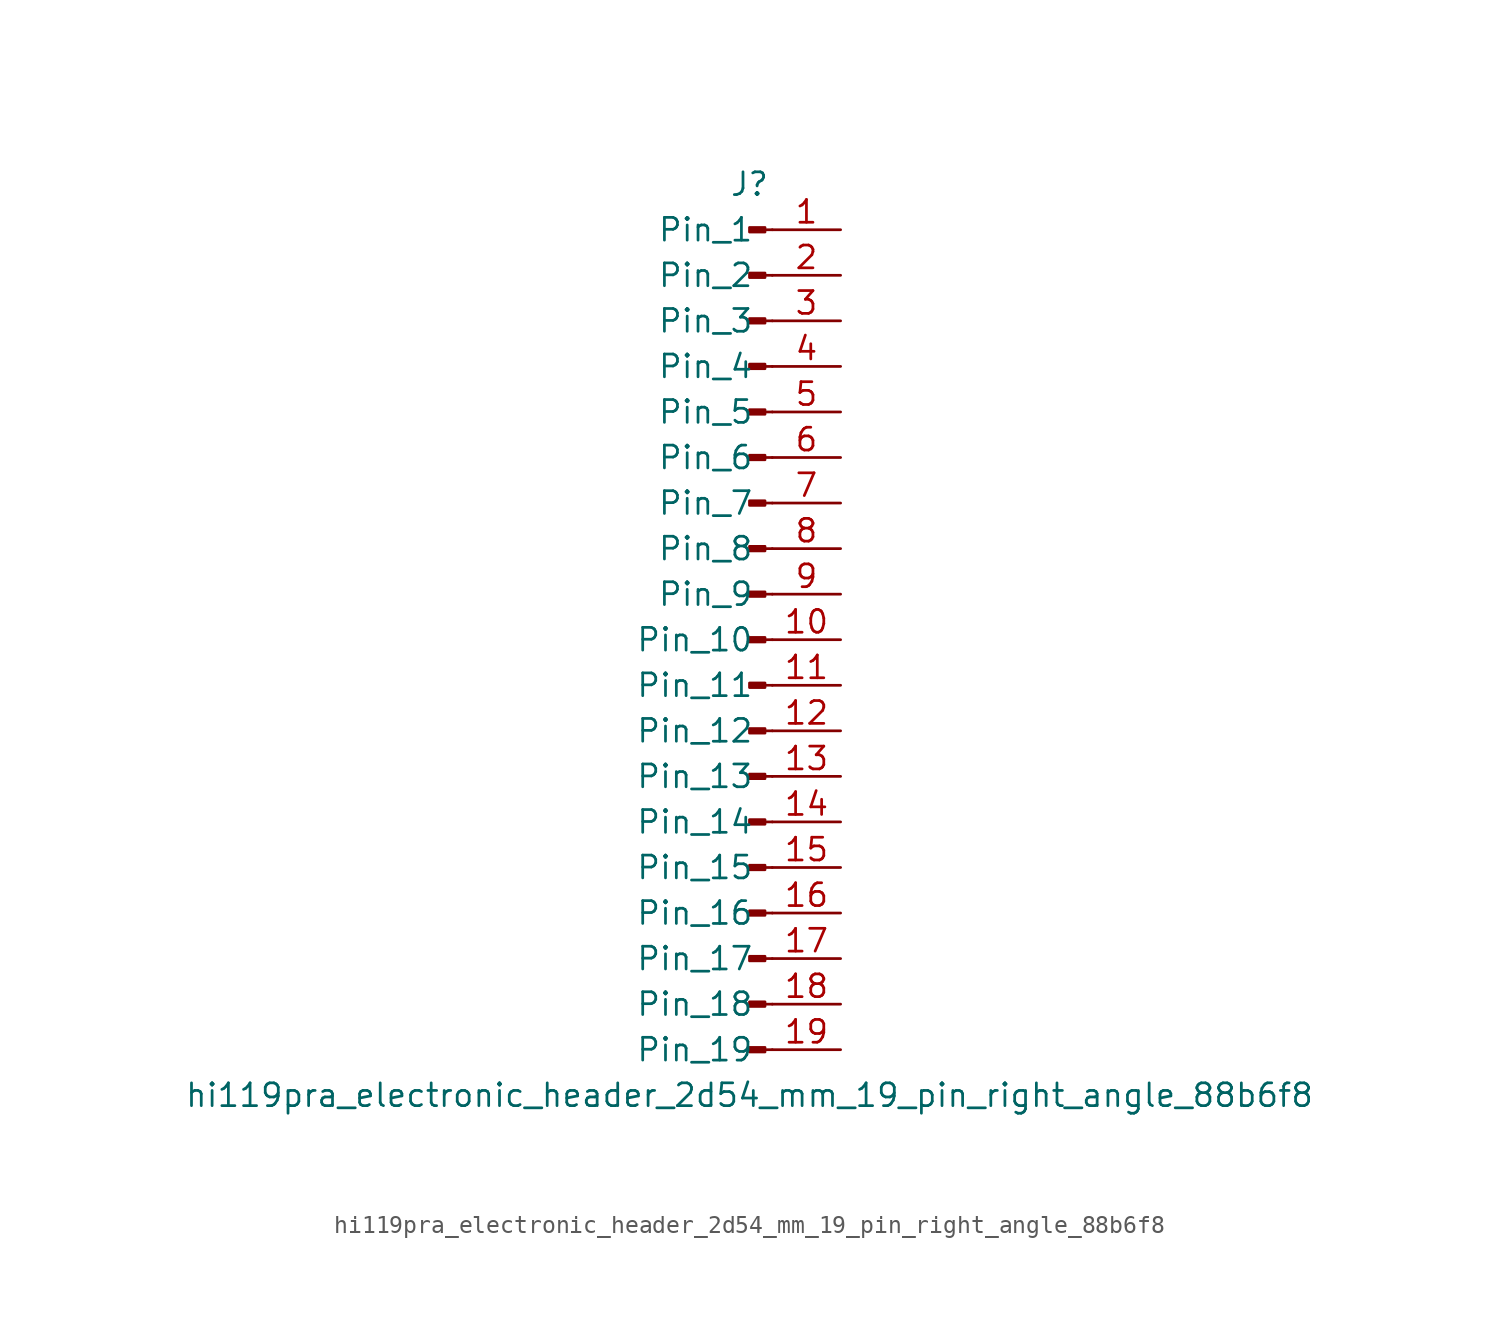
<source format=kicad_sym>
(kicad_symbol_lib
  (version 20220914)
  (generator kicad_symbol_editor)
  (symbol "hi119pra_electronic_header_2d54_mm_19_pin_right_angle_88b6f8"
    (pin_names
      (offset 1.016))
    (property "Reference" "J"
      (at 0 25.4 0)
      (effects (font (size 1.27 1.27))))
    (property "Value" "hi119pra_electronic_header_2d54_mm_19_pin_right_angle_88b6f8"
      (at 0 -25.4 0)
      (effects (font (size 1.27 1.27))))
    (property "ki_locked" ""
      (at 0 0 0)
      (effects (font (size 1.27 1.27))))
    (symbol "hi119pra_electronic_header_2d54_mm_19_pin_right_angle_88b6f8_1_1"
      (polyline (pts (xy 1.27 -22.86) (xy 0.864 -22.86)) (stroke (width 0.152) (type default)) (fill (type none)))
      (polyline (pts (xy 1.27 -20.32) (xy 0.864 -20.32)) (stroke (width 0.152) (type default)) (fill (type none)))
      (polyline (pts (xy 1.27 -17.78) (xy 0.864 -17.78)) (stroke (width 0.152) (type default)) (fill (type none)))
      (polyline (pts (xy 1.27 -15.24) (xy 0.864 -15.24)) (stroke (width 0.152) (type default)) (fill (type none)))
      (polyline (pts (xy 1.27 -12.7) (xy 0.864 -12.7)) (stroke (width 0.152) (type default)) (fill (type none)))
      (polyline (pts (xy 1.27 -10.16) (xy 0.864 -10.16)) (stroke (width 0.152) (type default)) (fill (type none)))
      (polyline (pts (xy 1.27 -7.62) (xy 0.864 -7.62)) (stroke (width 0.152) (type default)) (fill (type none)))
      (polyline (pts (xy 1.27 -5.08) (xy 0.864 -5.08)) (stroke (width 0.152) (type default)) (fill (type none)))
      (polyline (pts (xy 1.27 -2.54) (xy 0.864 -2.54)) (stroke (width 0.152) (type default)) (fill (type none)))
      (polyline (pts (xy 1.27 0) (xy 0.864 0)) (stroke (width 0.152) (type default)) (fill (type none)))
      (polyline (pts (xy 1.27 2.54) (xy 0.864 2.54)) (stroke (width 0.152) (type default)) (fill (type none)))
      (polyline (pts (xy 1.27 5.08) (xy 0.864 5.08)) (stroke (width 0.152) (type default)) (fill (type none)))
      (polyline (pts (xy 1.27 7.62) (xy 0.864 7.62)) (stroke (width 0.152) (type default)) (fill (type none)))
      (polyline (pts (xy 1.27 10.16) (xy 0.864 10.16)) (stroke (width 0.152) (type default)) (fill (type none)))
      (polyline (pts (xy 1.27 12.7) (xy 0.864 12.7)) (stroke (width 0.152) (type default)) (fill (type none)))
      (polyline (pts (xy 1.27 15.24) (xy 0.864 15.24)) (stroke (width 0.152) (type default)) (fill (type none)))
      (polyline (pts (xy 1.27 17.78) (xy 0.864 17.78)) (stroke (width 0.152) (type default)) (fill (type none)))
      (polyline (pts (xy 1.27 20.32) (xy 0.864 20.32)) (stroke (width 0.152) (type default)) (fill (type none)))
      (polyline (pts (xy 1.27 22.86) (xy 0.864 22.86)) (stroke (width 0.152) (type default)) (fill (type none)))
      (rectangle (start 0.864 -22.733) (end 0 -22.987) (stroke (width 0.152) (type default)) (fill (type outline)))
      (rectangle (start 0.864 -20.193) (end 0 -20.447) (stroke (width 0.152) (type default)) (fill (type outline)))
      (rectangle (start 0.864 -17.653) (end 0 -17.907) (stroke (width 0.152) (type default)) (fill (type outline)))
      (rectangle (start 0.864 -15.113) (end 0 -15.367) (stroke (width 0.152) (type default)) (fill (type outline)))
      (rectangle (start 0.864 -12.573) (end 0 -12.827) (stroke (width 0.152) (type default)) (fill (type outline)))
      (rectangle (start 0.864 -10.033) (end 0 -10.287) (stroke (width 0.152) (type default)) (fill (type outline)))
      (rectangle (start 0.864 -7.493) (end 0 -7.747) (stroke (width 0.152) (type default)) (fill (type outline)))
      (rectangle (start 0.864 -4.953) (end 0 -5.207) (stroke (width 0.152) (type default)) (fill (type outline)))
      (rectangle (start 0.864 -2.413) (end 0 -2.667) (stroke (width 0.152) (type default)) (fill (type outline)))
      (rectangle (start 0.864 0.127) (end 0 -0.127) (stroke (width 0.152) (type default)) (fill (type outline)))
      (rectangle (start 0.864 2.667) (end 0 2.413) (stroke (width 0.152) (type default)) (fill (type outline)))
      (rectangle (start 0.864 5.207) (end 0 4.953) (stroke (width 0.152) (type default)) (fill (type outline)))
      (rectangle (start 0.864 7.747) (end 0 7.493) (stroke (width 0.152) (type default)) (fill (type outline)))
      (rectangle (start 0.864 10.287) (end 0 10.033) (stroke (width 0.152) (type default)) (fill (type outline)))
      (rectangle (start 0.864 12.827) (end 0 12.573) (stroke (width 0.152) (type default)) (fill (type outline)))
      (rectangle (start 0.864 15.367) (end 0 15.113) (stroke (width 0.152) (type default)) (fill (type outline)))
      (rectangle (start 0.864 17.907) (end 0 17.653) (stroke (width 0.152) (type default)) (fill (type outline)))
      (rectangle (start 0.864 20.447) (end 0 20.193) (stroke (width 0.152) (type default)) (fill (type outline)))
      (rectangle (start 0.864 22.987) (end 0 22.733) (stroke (width 0.152) (type default)) (fill (type outline)))
      (pin passive line (at 5.08 22.86 180) (length 3.81) (name "Pin_1" (effects (font (size 1.27 1.27)))) (number "1" (effects (font (size 1.27 1.27)))))
      (pin passive line (at 5.08 0 180) (length 3.81) (name "Pin_10" (effects (font (size 1.27 1.27)))) (number "10" (effects (font (size 1.27 1.27)))))
      (pin passive line (at 5.08 -2.54 180) (length 3.81) (name "Pin_11" (effects (font (size 1.27 1.27)))) (number "11" (effects (font (size 1.27 1.27)))))
      (pin passive line (at 5.08 -5.08 180) (length 3.81) (name "Pin_12" (effects (font (size 1.27 1.27)))) (number "12" (effects (font (size 1.27 1.27)))))
      (pin passive line (at 5.08 -7.62 180) (length 3.81) (name "Pin_13" (effects (font (size 1.27 1.27)))) (number "13" (effects (font (size 1.27 1.27)))))
      (pin passive line (at 5.08 -10.16 180) (length 3.81) (name "Pin_14" (effects (font (size 1.27 1.27)))) (number "14" (effects (font (size 1.27 1.27)))))
      (pin passive line (at 5.08 -12.7 180) (length 3.81) (name "Pin_15" (effects (font (size 1.27 1.27)))) (number "15" (effects (font (size 1.27 1.27)))))
      (pin passive line (at 5.08 -15.24 180) (length 3.81) (name "Pin_16" (effects (font (size 1.27 1.27)))) (number "16" (effects (font (size 1.27 1.27)))))
      (pin passive line (at 5.08 -17.78 180) (length 3.81) (name "Pin_17" (effects (font (size 1.27 1.27)))) (number "17" (effects (font (size 1.27 1.27)))))
      (pin passive line (at 5.08 -20.32 180) (length 3.81) (name "Pin_18" (effects (font (size 1.27 1.27)))) (number "18" (effects (font (size 1.27 1.27)))))
      (pin passive line (at 5.08 -22.86 180) (length 3.81) (name "Pin_19" (effects (font (size 1.27 1.27)))) (number "19" (effects (font (size 1.27 1.27)))))
      (pin passive line (at 5.08 20.32 180) (length 3.81) (name "Pin_2" (effects (font (size 1.27 1.27)))) (number "2" (effects (font (size 1.27 1.27)))))
      (pin passive line (at 5.08 17.78 180) (length 3.81) (name "Pin_3" (effects (font (size 1.27 1.27)))) (number "3" (effects (font (size 1.27 1.27)))))
      (pin passive line (at 5.08 15.24 180) (length 3.81) (name "Pin_4" (effects (font (size 1.27 1.27)))) (number "4" (effects (font (size 1.27 1.27)))))
      (pin passive line (at 5.08 12.7 180) (length 3.81) (name "Pin_5" (effects (font (size 1.27 1.27)))) (number "5" (effects (font (size 1.27 1.27)))))
      (pin passive line (at 5.08 10.16 180) (length 3.81) (name "Pin_6" (effects (font (size 1.27 1.27)))) (number "6" (effects (font (size 1.27 1.27)))))
      (pin passive line (at 5.08 7.62 180) (length 3.81) (name "Pin_7" (effects (font (size 1.27 1.27)))) (number "7" (effects (font (size 1.27 1.27)))))
      (pin passive line (at 5.08 5.08 180) (length 3.81) (name "Pin_8" (effects (font (size 1.27 1.27)))) (number "8" (effects (font (size 1.27 1.27)))))
      (pin passive line (at 5.08 2.54 180) (length 3.81) (name "Pin_9" (effects (font (size 1.27 1.27)))) (number "9" (effects (font (size 1.27 1.27))))))))
</source>
